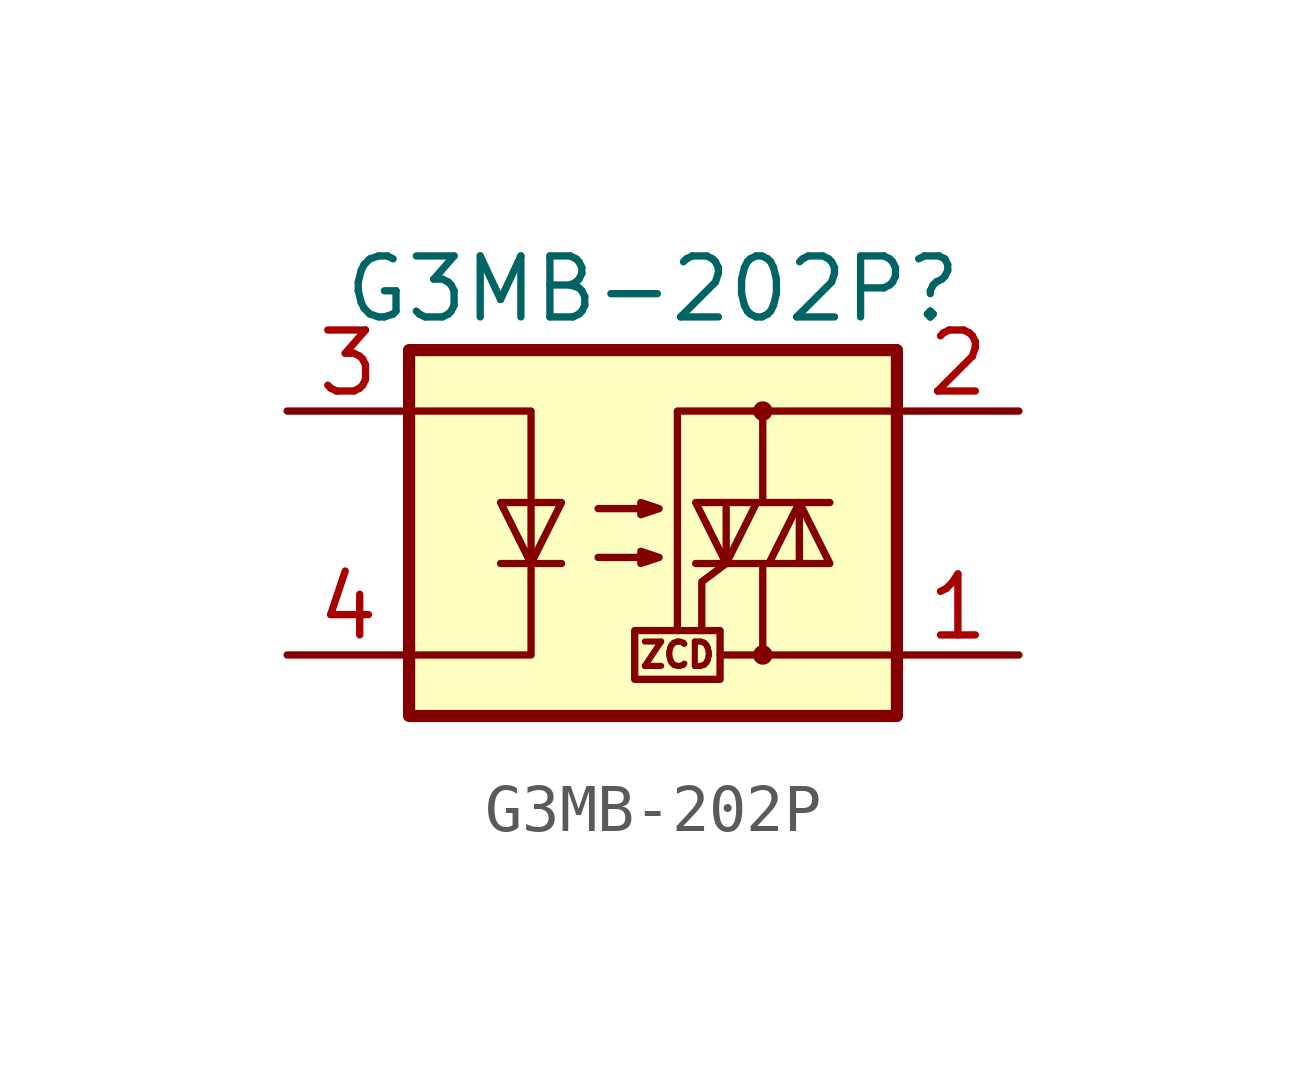
<source format=kicad_sym>
(kicad_symbol_lib
  (version 20220914)
  (generator kicad_symbol_editor)
  (symbol "G3MB-202P"
    (property "Reference" "G3MB-202P"
      (at 0 5.08 0)
      (effects (font (size 1.27 1.27))))
    (property "Value" ""
      (at 0 0 0)
      (effects (font (size 1.27 1.27))))
    (symbol "G3MB-202P_0_0"
      (rectangle (start -0.381 -2.032) (end 1.397 -3.048) (stroke (width 0) (type default)) (fill (type none)))
      (polyline (pts (xy 2.286 -2.54) (xy 1.397 -2.54)) (stroke (width 0) (type default)) (fill (type none)))
      (polyline (pts (xy 1.524 -0.635) (xy 1.016 -1.016) (xy 1.016 -2.032)) (stroke (width 0) (type default)) (fill (type none)))
      (text "ZCD" (at 0.508 -2.54 0) (effects (font (size 0.508 0.508)))))
    (symbol "G3MB-202P_0_1"
      (rectangle (start -5.08 3.81) (end 5.08 -3.81) (stroke (width 0.254) (type default)) (fill (type background)))
      (polyline (pts (xy -3.175 -0.635) (xy -1.905 -0.635)) (stroke (width 0) (type default)) (fill (type none)))
      (polyline (pts (xy 1.524 -0.635) (xy 1.524 0.635)) (stroke (width 0) (type default)) (fill (type none)))
      (polyline (pts (xy 3.048 0.635) (xy 3.048 -0.635)) (stroke (width 0) (type default)) (fill (type none)))
      (polyline (pts (xy 2.286 -0.635) (xy 2.286 -2.54) (xy 5.08 -2.54)) (stroke (width 0) (type default)) (fill (type none)))
      (polyline (pts (xy 2.286 0.635) (xy 2.286 2.54) (xy 5.08 2.54)) (stroke (width 0) (type default)) (fill (type none)))
      (polyline (pts (xy 2.286 2.54) (xy 0.508 2.54) (xy 0.508 -2.032)) (stroke (width 0) (type default)) (fill (type none)))
      (polyline (pts (xy -5.08 2.54) (xy -2.54 2.54) (xy -2.54 -2.54) (xy -5.08 -2.54)) (stroke (width 0) (type default)) (fill (type none)))
      (polyline (pts (xy -2.54 -0.635) (xy -3.175 0.635) (xy -1.905 0.635) (xy -2.54 -0.635)) (stroke (width 0) (type default)) (fill (type none)))
      (polyline (pts (xy 0.889 -0.635) (xy 3.683 -0.635) (xy 3.048 0.635) (xy 2.413 -0.635)) (stroke (width 0) (type default)) (fill (type none)))
      (polyline (pts (xy 3.683 0.635) (xy 0.889 0.635) (xy 1.524 -0.635) (xy 2.159 0.635)) (stroke (width 0) (type default)) (fill (type none)))
      (polyline (pts (xy -1.143 -0.508) (xy 0.127 -0.508) (xy -0.254 -0.635) (xy -0.254 -0.381) (xy 0.127 -0.508)) (stroke (width 0) (type default)) (fill (type none)))
      (polyline (pts (xy -1.143 0.508) (xy 0.127 0.508) (xy -0.254 0.381) (xy -0.254 0.635) (xy 0.127 0.508)) (stroke (width 0) (type default)) (fill (type none)))
      (circle (center 2.286 -2.54) (radius 0.127) (stroke (width 0) (type default)) (fill (type none)))
      (circle (center 2.286 2.54) (radius 0.127) (stroke (width 0) (type default)) (fill (type none))))
    (symbol "G3MB-202P_1_1"
      (pin passive line (at 7.62 -2.54 180) (length 2.54) (name "~" (effects (font (size 1.27 1.27)))) (number "1" (effects (font (size 1.27 1.27)))))
      (pin passive line (at 7.62 2.54 180) (length 2.54) (name "~" (effects (font (size 1.27 1.27)))) (number "2" (effects (font (size 1.27 1.27)))))
      (pin passive line (at -7.62 2.54 0) (length 2.54) (name "~" (effects (font (size 1.27 1.27)))) (number "3" (effects (font (size 1.27 1.27)))))
      (pin passive line (at -7.62 -2.54 0) (length 2.54) (name "~" (effects (font (size 1.27 1.27)))) (number "4" (effects (font (size 1.27 1.27))))))))
</source>
